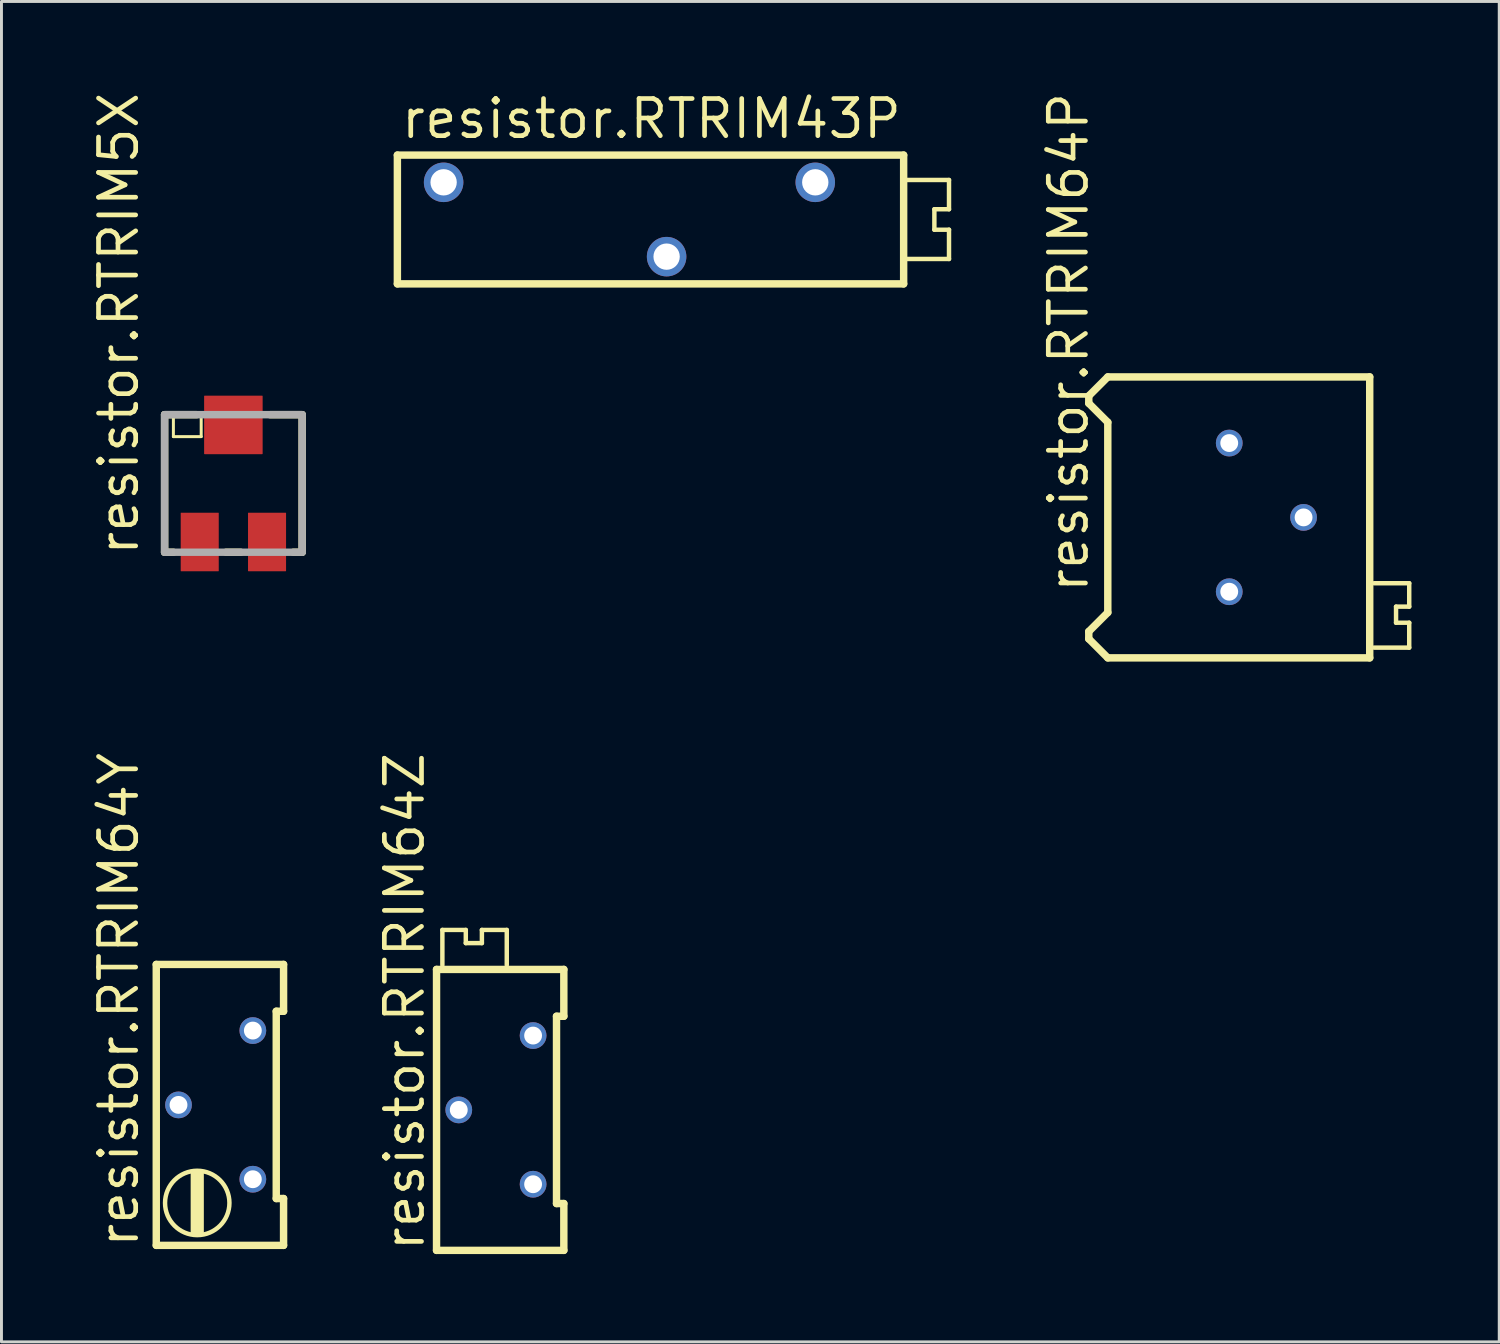
<source format=kicad_pcb>
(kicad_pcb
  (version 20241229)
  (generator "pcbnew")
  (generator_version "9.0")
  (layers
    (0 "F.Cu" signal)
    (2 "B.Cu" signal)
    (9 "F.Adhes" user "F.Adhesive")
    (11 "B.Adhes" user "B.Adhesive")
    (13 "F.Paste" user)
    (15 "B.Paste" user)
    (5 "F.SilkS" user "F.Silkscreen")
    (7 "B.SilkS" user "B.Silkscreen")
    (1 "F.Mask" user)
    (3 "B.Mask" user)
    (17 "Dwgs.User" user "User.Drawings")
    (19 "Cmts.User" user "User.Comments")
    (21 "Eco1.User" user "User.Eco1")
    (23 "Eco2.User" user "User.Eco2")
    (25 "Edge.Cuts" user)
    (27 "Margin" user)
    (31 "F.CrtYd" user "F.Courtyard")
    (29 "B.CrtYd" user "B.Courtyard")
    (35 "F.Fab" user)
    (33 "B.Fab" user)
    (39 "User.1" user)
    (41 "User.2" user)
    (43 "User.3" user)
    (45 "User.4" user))
  (footprint "resistor.RTRIM5X"
    (layer "F.Cu")
    (at 4.925 13.47)
    (property "Reference" "resistor.RTRIM5X" (at -3.175 2.54 90) (layer "F.SilkS") (effects (font (size 1.27 1.27) (thickness 0.16)) (justify left bottom)))
    (attr smd)
    (fp_line (start -2.35 -2.35) (end -1.25 -2.35) (stroke (width 0.254) (type default)) (layer "F.SilkS"))
    (fp_line (start -2.35 2.35) (end -2.35 -2.35) (stroke (width 0.254) (type default)) (layer "F.SilkS"))
    (fp_line (start -2.05 -1.6) (end -2.05 -2.25) (stroke (width 0.102) (type default)) (layer "F.SilkS"))
    (fp_line (start -2.05 2.35) (end -2.35 2.35) (stroke (width 0.254) (type default)) (layer "F.SilkS"))
    (fp_line (start -1.1 -2.25) (end -1.1 -1.6) (stroke (width 0.102) (type default)) (layer "F.SilkS"))
    (fp_line (start -1.1 -1.6) (end -2.05 -1.6) (stroke (width 0.102) (type default)) (layer "F.SilkS"))
    (fp_line (start 0.25 2.35) (end -0.25 2.35) (stroke (width 0.254) (type default)) (layer "F.SilkS"))
    (fp_line (start 1.25 -2.35) (end 2.35 -2.35) (stroke (width 0.254) (type default)) (layer "F.SilkS"))
    (fp_line (start 2.35 -2.35) (end 2.35 2.35) (stroke (width 0.254) (type default)) (layer "F.SilkS"))
    (fp_line (start 2.35 2.35) (end 2.05 2.35) (stroke (width 0.254) (type default)) (layer "F.SilkS"))
    (fp_line (start -2.35 -2.35) (end -2.35 2.35) (stroke (width 0.254) (type default)) (layer "F.Fab"))
    (fp_line (start -2.35 2.35) (end 2.35 2.35) (stroke (width 0.254) (type default)) (layer "F.Fab"))
    (fp_line (start 2.35 -2.35) (end -2.35 -2.35) (stroke (width 0.254) (type default)) (layer "F.Fab"))
    (fp_line (start 2.35 2.35) (end 2.35 -2.35) (stroke (width 0.254) (type default)) (layer "F.Fab"))
    (pad "1" smd roundrect (at -1.15 2) (size 1.3 2) (layers "F.Cu" "F.Mask" "F.Paste") (roundrect_rratio 0.01))
    (pad "2" smd roundrect (at 0 -2) (size 2 2) (layers "F.Cu" "F.Mask" "F.Paste") (roundrect_rratio 0.01))
    (pad "3" smd roundrect (at 1.15 2) (size 1.3 2) (layers "F.Cu" "F.Mask" "F.Paste") (roundrect_rratio 0.01)))
  (footprint "resistor.RTRIM64P"
    (layer "F.Cu")
    (at 38.955 14.63)
    (property "Reference" "resistor.RTRIM64P" (at -4.75 2.65 90) (layer "F.SilkS") (effects (font (size 1.27 1.27) (thickness 0.16)) (justify left bottom)))
    (attr through_hole)
    (fp_line (start -4.8 -4.15) (end -4.15 -4.8) (stroke (width 0.254) (type default)) (layer "F.SilkS"))
    (fp_line (start -4.8 -3.9) (end -4.8 -4.15) (stroke (width 0.254) (type default)) (layer "F.SilkS"))
    (fp_line (start -4.8 3.9) (end -4.15 3.25) (stroke (width 0.254) (type default)) (layer "F.SilkS"))
    (fp_line (start -4.8 4.15) (end -4.8 3.9) (stroke (width 0.254) (type default)) (layer "F.SilkS"))
    (fp_line (start -4.15 -4.8) (end 4.8 -4.8) (stroke (width 0.254) (type default)) (layer "F.SilkS"))
    (fp_line (start -4.15 -3.25) (end -4.8 -3.9) (stroke (width 0.254) (type default)) (layer "F.SilkS"))
    (fp_line (start -4.15 3.25) (end -4.15 -3.25) (stroke (width 0.254) (type default)) (layer "F.SilkS"))
    (fp_line (start -4.15 4.8) (end -4.8 4.15) (stroke (width 0.254) (type default)) (layer "F.SilkS"))
    (fp_line (start 4.8 -4.8) (end 4.8 4.8) (stroke (width 0.254) (type default)) (layer "F.SilkS"))
    (fp_line (start 4.8 4.8) (end -4.15 4.8) (stroke (width 0.254) (type default)) (layer "F.SilkS"))
    (fp_line (start 4.95 2.25) (end 6.15 2.25) (stroke (width 0.152) (type default)) (layer "F.SilkS"))
    (fp_line (start 5.7 3.05) (end 5.7 3.6) (stroke (width 0.152) (type default)) (layer "F.SilkS"))
    (fp_line (start 5.7 3.6) (end 6.15 3.6) (stroke (width 0.152) (type default)) (layer "F.SilkS"))
    (fp_line (start 6.15 2.25) (end 6.15 3.05) (stroke (width 0.152) (type default)) (layer "F.SilkS"))
    (fp_line (start 6.15 3.05) (end 5.7 3.05) (stroke (width 0.152) (type default)) (layer "F.SilkS"))
    (fp_line (start 6.15 3.6) (end 6.15 4.45) (stroke (width 0.152) (type default)) (layer "F.SilkS"))
    (fp_line (start 6.15 4.45) (end 4.95 4.45) (stroke (width 0.152) (type default)) (layer "F.SilkS"))
    (pad "1" thru_hole circle (at 0 2.54) (size 0.914 0.914) (drill 0.61) (layers "*.Cu" "*.Mask"))
    (pad "2" thru_hole circle (at 2.54 0) (size 0.914 0.914) (drill 0.61) (layers "*.Cu" "*.Mask"))
    (pad "3" thru_hole circle (at 0 -2.54) (size 0.914 0.914) (drill 0.61) (layers "*.Cu" "*.Mask")))
  (footprint "resistor.RTRIM43P"
    (layer "F.Cu")
    (at 19.729 4.45)
    (property "Reference" "resistor.RTRIM43P" (at -9.15 -2.7 0) (layer "F.SilkS") (effects (font (size 1.27 1.27) (thickness 0.16)) (justify left bottom)))
    (attr through_hole)
    (fp_line (start -9.2 -2.2) (end -9.2 2.2) (stroke (width 0.254) (type default)) (layer "F.SilkS"))
    (fp_line (start -9.2 2.2) (end 8.1 2.2) (stroke (width 0.254) (type default)) (layer "F.SilkS"))
    (fp_line (start 8.1 -2.2) (end -9.2 -2.2) (stroke (width 0.254) (type default)) (layer "F.SilkS"))
    (fp_line (start 8.1 2.2) (end 8.1 -2.2) (stroke (width 0.254) (type default)) (layer "F.SilkS"))
    (fp_line (start 8.2 -1.35) (end 9.65 -1.35) (stroke (width 0.152) (type default)) (layer "F.SilkS"))
    (fp_line (start 9.15 -0.35) (end 9.15 0.35) (stroke (width 0.152) (type default)) (layer "F.SilkS"))
    (fp_line (start 9.15 0.35) (end 9.65 0.35) (stroke (width 0.152) (type default)) (layer "F.SilkS"))
    (fp_line (start 9.65 -1.35) (end 9.65 -0.35) (stroke (width 0.152) (type default)) (layer "F.SilkS"))
    (fp_line (start 9.65 -0.35) (end 9.15 -0.35) (stroke (width 0.152) (type default)) (layer "F.SilkS"))
    (fp_line (start 9.65 0.35) (end 9.65 1.35) (stroke (width 0.152) (type default)) (layer "F.SilkS"))
    (fp_line (start 9.65 1.35) (end 8.2 1.35) (stroke (width 0.152) (type default)) (layer "F.SilkS"))
    (pad "1" thru_hole circle (at -7.62 -1.27) (size 1.35 1.35) (drill 0.9) (layers "*.Cu" "*.Mask"))
    (pad "2" thru_hole circle (at 0 1.27) (size 1.35 1.35) (drill 0.9) (layers "*.Cu" "*.Mask"))
    (pad "3" thru_hole circle (at 5.08 -1.27) (size 1.35 1.35) (drill 0.9) (layers "*.Cu" "*.Mask")))
  (footprint "resistor.RTRIM64Z"
    (layer "F.Cu")
    (at 15.167 34.877)
    (property "Reference" "resistor.RTRIM64Z" (at -3.65 4.9 90) (layer "F.SilkS") (effects (font (size 1.27 1.27) (thickness 0.16)) (justify left bottom)))
    (attr through_hole)
    (fp_line (start -3.3 -4.8) (end 1.05 -4.8) (stroke (width 0.254) (type default)) (layer "F.SilkS"))
    (fp_line (start -3.3 4.8) (end -3.3 -4.8) (stroke (width 0.254) (type default)) (layer "F.SilkS"))
    (fp_line (start -3.1 -6.15) (end -2.3 -6.15) (stroke (width 0.152) (type default)) (layer "F.SilkS"))
    (fp_line (start -3.1 -4.95) (end -3.1 -6.15) (stroke (width 0.152) (type default)) (layer "F.SilkS"))
    (fp_line (start -2.3 -6.15) (end -2.3 -5.7) (stroke (width 0.152) (type default)) (layer "F.SilkS"))
    (fp_line (start -2.3 -5.7) (end -1.75 -5.7) (stroke (width 0.152) (type default)) (layer "F.SilkS"))
    (fp_line (start -1.75 -6.15) (end -0.9 -6.15) (stroke (width 0.152) (type default)) (layer "F.SilkS"))
    (fp_line (start -1.75 -5.7) (end -1.75 -6.15) (stroke (width 0.152) (type default)) (layer "F.SilkS"))
    (fp_line (start -0.9 -6.15) (end -0.9 -4.95) (stroke (width 0.152) (type default)) (layer "F.SilkS"))
    (fp_line (start 0.8 -3.2) (end 0.8 3.2) (stroke (width 0.254) (type default)) (layer "F.SilkS"))
    (fp_line (start 0.8 3.2) (end 1.05 3.2) (stroke (width 0.254) (type default)) (layer "F.SilkS"))
    (fp_line (start 1.05 -4.8) (end 1.05 -3.2) (stroke (width 0.254) (type default)) (layer "F.SilkS"))
    (fp_line (start 1.05 -3.2) (end 0.8 -3.2) (stroke (width 0.254) (type default)) (layer "F.SilkS"))
    (fp_line (start 1.05 3.2) (end 1.05 4.8) (stroke (width 0.254) (type default)) (layer "F.SilkS"))
    (fp_line (start 1.05 4.8) (end -3.3 4.8) (stroke (width 0.254) (type default)) (layer "F.SilkS"))
    (pad "1" thru_hole circle (at 0 2.54) (size 0.914 0.914) (drill 0.61) (layers "*.Cu" "*.Mask"))
    (pad "2" thru_hole circle (at -2.54 0) (size 0.914 0.914) (drill 0.61) (layers "*.Cu" "*.Mask"))
    (pad "3" thru_hole circle (at 0 -2.54) (size 0.914 0.914) (drill 0.61) (layers "*.Cu" "*.Mask")))
  (footprint "resistor.RTRIM64Y"
    (layer "F.Cu")
    (at 5.59 34.706)
    (property "Reference" "resistor.RTRIM64Y" (at -3.84 4.95 90) (layer "F.SilkS") (effects (font (size 1.27 1.27) (thickness 0.16)) (justify left bottom)))
    (attr through_hole)
    (fp_line (start -3.3 -4.8) (end 1.05 -4.8) (stroke (width 0.254) (type default)) (layer "F.SilkS"))
    (fp_line (start -3.3 4.8) (end -3.3 -4.8) (stroke (width 0.254) (type default)) (layer "F.SilkS"))
    (fp_line (start 0.8 -3.2) (end 0.8 3.2) (stroke (width 0.254) (type default)) (layer "F.SilkS"))
    (fp_line (start 0.8 3.2) (end 1.05 3.2) (stroke (width 0.254) (type default)) (layer "F.SilkS"))
    (fp_line (start 1.05 -4.8) (end 1.05 -3.2) (stroke (width 0.254) (type default)) (layer "F.SilkS"))
    (fp_line (start 1.05 -3.2) (end 0.8 -3.2) (stroke (width 0.254) (type default)) (layer "F.SilkS"))
    (fp_line (start 1.05 3.2) (end 1.05 4.8) (stroke (width 0.254) (type default)) (layer "F.SilkS"))
    (fp_line (start 1.05 4.8) (end -3.3 4.8) (stroke (width 0.254) (type default)) (layer "F.SilkS"))
    (fp_rect (start -2.1 4.4) (end -1.7 2.3) (stroke (width 0.05) (type default)) (fill yes) (layer "F.SilkS"))
    (fp_circle (center -1.9 3.35) (end -0.8 3.35) (stroke (width 0.152) (type default)) (fill no) (layer "F.SilkS"))
    (pad "1" thru_hole circle (at 0 2.54) (size 0.914 0.914) (drill 0.61) (layers "*.Cu" "*.Mask"))
    (pad "2" thru_hole circle (at -2.54 0) (size 0.914 0.914) (drill 0.61) (layers "*.Cu" "*.Mask"))
    (pad "3" thru_hole circle (at 0 -2.54) (size 0.914 0.914) (drill 0.61) (layers "*.Cu" "*.Mask")))
  (gr_rect
    (start -3 -3)
    (end 48.181 42.804)
    (stroke (width 0.1) (type default))
    (fill no)
    (layer "Edge.Cuts")))
</source>
